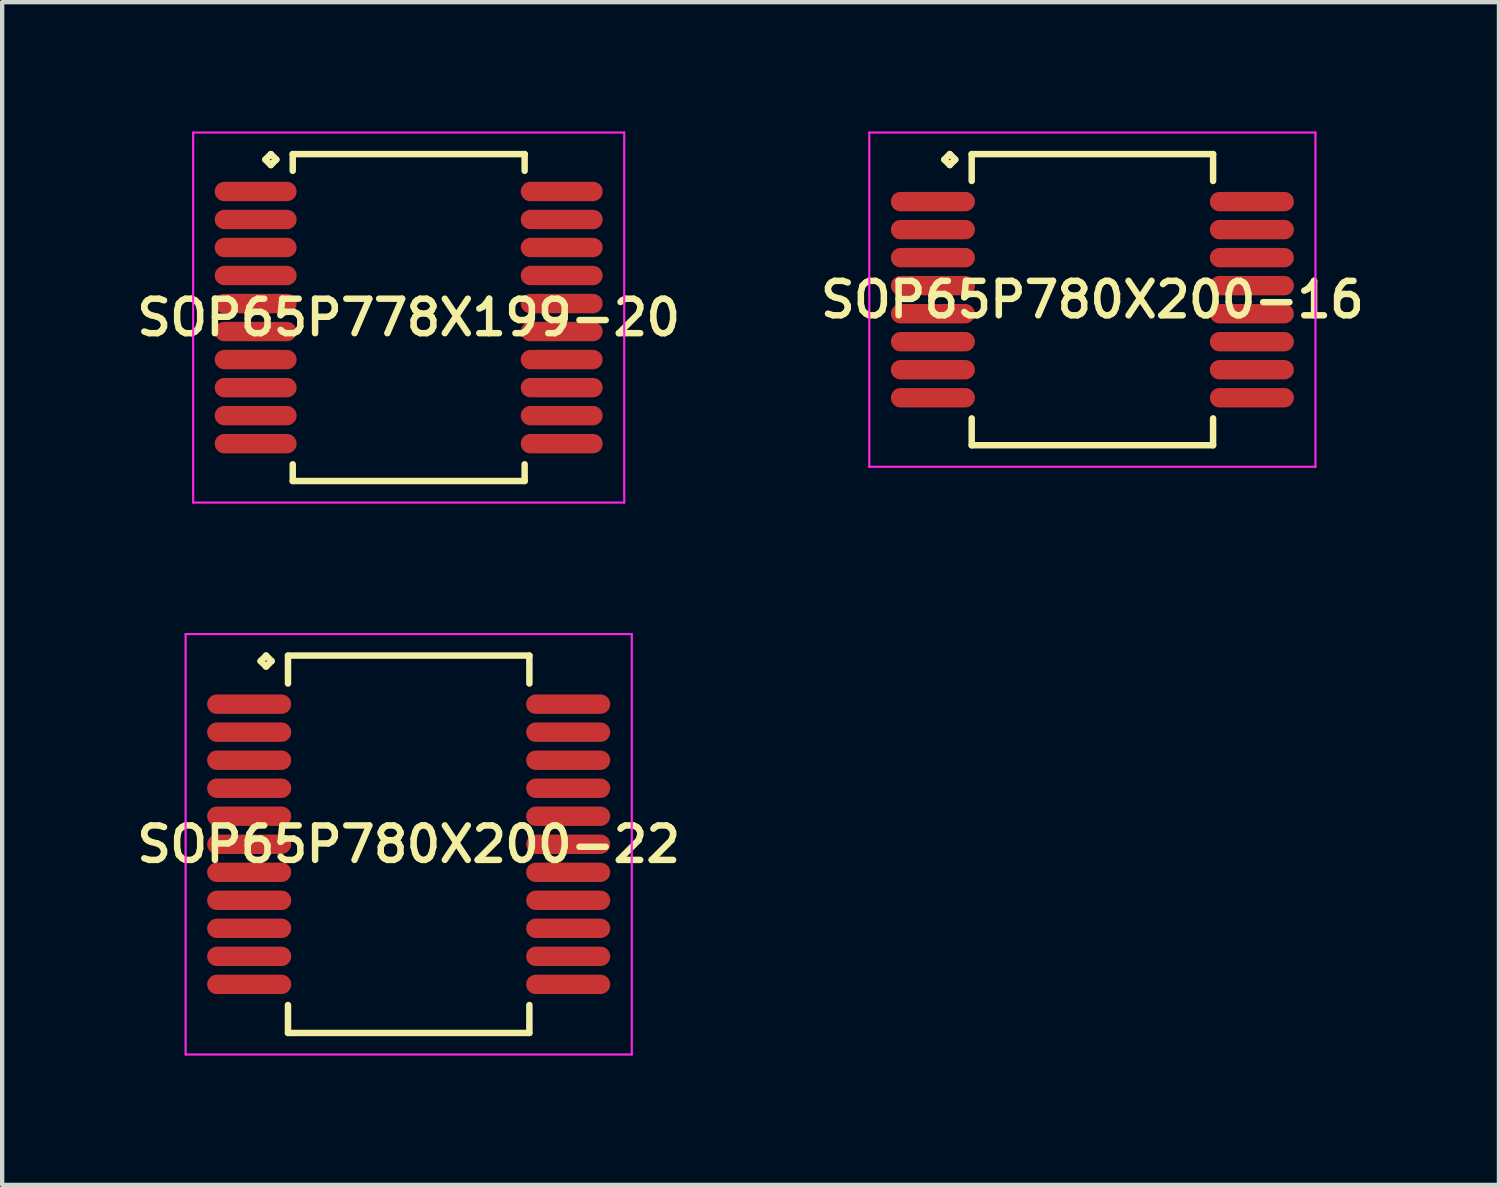
<source format=kicad_pcb>
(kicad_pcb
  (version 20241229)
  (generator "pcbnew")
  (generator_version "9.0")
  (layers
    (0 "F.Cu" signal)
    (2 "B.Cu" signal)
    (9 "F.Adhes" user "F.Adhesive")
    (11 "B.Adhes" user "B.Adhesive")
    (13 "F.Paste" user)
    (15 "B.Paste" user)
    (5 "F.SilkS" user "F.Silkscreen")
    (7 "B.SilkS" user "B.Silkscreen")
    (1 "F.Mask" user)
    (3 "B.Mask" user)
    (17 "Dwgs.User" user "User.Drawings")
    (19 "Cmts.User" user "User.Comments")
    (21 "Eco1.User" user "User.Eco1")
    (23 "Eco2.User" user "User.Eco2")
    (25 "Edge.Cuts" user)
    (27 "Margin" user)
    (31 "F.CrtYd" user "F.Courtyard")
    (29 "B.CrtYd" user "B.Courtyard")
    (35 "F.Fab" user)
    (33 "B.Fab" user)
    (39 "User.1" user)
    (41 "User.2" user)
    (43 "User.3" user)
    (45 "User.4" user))
  (footprint "SOP65P780X200-22"
    (layer "F.Cu")
    (at 6.431 16.536)
    (property "Reference" "SOP65P780X200-22" (at 0 0 0) (layer "F.SilkS") (effects (font (size 0.8 0.8) (thickness 0.15))))
    (attr smd)
    (fp_line (start -3.435 -4.25) (end -3.308 -4.377) (stroke (width 0.15) (type solid)) (layer "F.SilkS"))
    (fp_line (start -3.308 -4.377) (end -3.181 -4.25) (stroke (width 0.15) (type solid)) (layer "F.SilkS"))
    (fp_line (start -3.308 -4.123) (end -3.435 -4.25) (stroke (width 0.15) (type solid)) (layer "F.SilkS"))
    (fp_line (start -3.181 -4.25) (end -3.308 -4.123) (stroke (width 0.15) (type solid)) (layer "F.SilkS"))
    (fp_line (start -2.8 -4.377) (end 2.8 -4.377) (stroke (width 0.15) (type solid)) (layer "F.SilkS"))
    (fp_line (start -2.8 -3.729) (end -2.8 -4.377) (stroke (width 0.15) (type solid)) (layer "F.SilkS"))
    (fp_line (start -2.8 3.729) (end -2.8 4.377) (stroke (width 0.15) (type solid)) (layer "F.SilkS"))
    (fp_line (start -2.8 4.377) (end 2.8 4.377) (stroke (width 0.15) (type solid)) (layer "F.SilkS"))
    (fp_line (start 2.8 -4.377) (end 2.8 -3.729) (stroke (width 0.15) (type solid)) (layer "F.SilkS"))
    (fp_line (start 2.8 4.377) (end 2.8 3.729) (stroke (width 0.15) (type solid)) (layer "F.SilkS"))
    (fp_line (start -5.175 -4.877) (end 5.175 -4.877) (stroke (width 0.05) (type solid)) (layer "F.CrtYd"))
    (fp_line (start -5.175 4.877) (end -5.175 -4.877) (stroke (width 0.05) (type solid)) (layer "F.CrtYd"))
    (fp_line (start 5.175 -4.877) (end 5.175 4.877) (stroke (width 0.05) (type solid)) (layer "F.CrtYd"))
    (fp_line (start 5.175 4.877) (end -5.175 4.877) (stroke (width 0.05) (type solid)) (layer "F.CrtYd"))
    (pad "1" smd oval (at -3.7 -3.25) (size 1.95 0.45) (layers "F.Cu" "F.Mask" "F.Paste"))
    (pad "2" smd oval (at -3.7 -2.6) (size 1.95 0.45) (layers "F.Cu" "F.Mask" "F.Paste"))
    (pad "3" smd oval (at -3.7 -1.95) (size 1.95 0.45) (layers "F.Cu" "F.Mask" "F.Paste"))
    (pad "4" smd oval (at -3.7 -1.3) (size 1.95 0.45) (layers "F.Cu" "F.Mask" "F.Paste"))
    (pad "5" smd oval (at -3.7 -0.65) (size 1.95 0.45) (layers "F.Cu" "F.Mask" "F.Paste"))
    (pad "6" smd oval (at -3.7 0) (size 1.95 0.45) (layers "F.Cu" "F.Mask" "F.Paste"))
    (pad "7" smd oval (at -3.7 0.65) (size 1.95 0.45) (layers "F.Cu" "F.Mask" "F.Paste"))
    (pad "8" smd oval (at -3.7 1.3) (size 1.95 0.45) (layers "F.Cu" "F.Mask" "F.Paste"))
    (pad "9" smd oval (at -3.7 1.95) (size 1.95 0.45) (layers "F.Cu" "F.Mask" "F.Paste"))
    (pad "10" smd oval (at -3.7 2.6) (size 1.95 0.45) (layers "F.Cu" "F.Mask" "F.Paste"))
    (pad "11" smd oval (at -3.7 3.25) (size 1.95 0.45) (layers "F.Cu" "F.Mask" "F.Paste"))
    (pad "12" smd oval (at 3.7 3.25) (size 1.95 0.45) (layers "F.Cu" "F.Mask" "F.Paste"))
    (pad "13" smd oval (at 3.7 2.6) (size 1.95 0.45) (layers "F.Cu" "F.Mask" "F.Paste"))
    (pad "14" smd oval (at 3.7 1.95) (size 1.95 0.45) (layers "F.Cu" "F.Mask" "F.Paste"))
    (pad "15" smd oval (at 3.7 1.3) (size 1.95 0.45) (layers "F.Cu" "F.Mask" "F.Paste"))
    (pad "16" smd oval (at 3.7 0.65) (size 1.95 0.45) (layers "F.Cu" "F.Mask" "F.Paste"))
    (pad "17" smd oval (at 3.7 0) (size 1.95 0.45) (layers "F.Cu" "F.Mask" "F.Paste"))
    (pad "18" smd oval (at 3.7 -0.65) (size 1.95 0.45) (layers "F.Cu" "F.Mask" "F.Paste"))
    (pad "19" smd oval (at 3.7 -1.3) (size 1.95 0.45) (layers "F.Cu" "F.Mask" "F.Paste"))
    (pad "20" smd oval (at 3.7 -1.95) (size 1.95 0.45) (layers "F.Cu" "F.Mask" "F.Paste"))
    (pad "21" smd oval (at 3.7 -2.6) (size 1.95 0.45) (layers "F.Cu" "F.Mask" "F.Paste"))
    (pad "22" smd oval (at 3.7 -3.25) (size 1.95 0.45) (layers "F.Cu" "F.Mask" "F.Paste")))
  (footprint "SOP65P778X199-20"
    (layer "F.Cu")
    (at 6.431 4.317)
    (property "Reference" "SOP65P778X199-20" (at 0 0 0) (layer "F.SilkS") (effects (font (size 0.8 0.8) (thickness 0.15))))
    (attr smd)
    (fp_line (start -3.325 -3.665) (end -3.198 -3.792) (stroke (width 0.15) (type solid)) (layer "F.SilkS"))
    (fp_line (start -3.198 -3.792) (end -3.071 -3.665) (stroke (width 0.15) (type solid)) (layer "F.SilkS"))
    (fp_line (start -3.198 -3.538) (end -3.325 -3.665) (stroke (width 0.15) (type solid)) (layer "F.SilkS"))
    (fp_line (start -3.071 -3.665) (end -3.198 -3.538) (stroke (width 0.15) (type solid)) (layer "F.SilkS"))
    (fp_line (start -2.69 -3.792) (end 2.69 -3.792) (stroke (width 0.15) (type solid)) (layer "F.SilkS"))
    (fp_line (start -2.69 -3.404) (end -2.69 -3.792) (stroke (width 0.15) (type solid)) (layer "F.SilkS"))
    (fp_line (start -2.69 3.404) (end -2.69 3.792) (stroke (width 0.15) (type solid)) (layer "F.SilkS"))
    (fp_line (start -2.69 3.792) (end 2.69 3.792) (stroke (width 0.15) (type solid)) (layer "F.SilkS"))
    (fp_line (start 2.69 -3.792) (end 2.69 -3.404) (stroke (width 0.15) (type solid)) (layer "F.SilkS"))
    (fp_line (start 2.69 3.792) (end 2.69 3.404) (stroke (width 0.15) (type solid)) (layer "F.SilkS"))
    (fp_line (start -5 -4.292) (end 5 -4.292) (stroke (width 0.05) (type solid)) (layer "F.CrtYd"))
    (fp_line (start -5 4.292) (end -5 -4.292) (stroke (width 0.05) (type solid)) (layer "F.CrtYd"))
    (fp_line (start 5 -4.292) (end 5 4.292) (stroke (width 0.05) (type solid)) (layer "F.CrtYd"))
    (fp_line (start 5 4.292) (end -5 4.292) (stroke (width 0.05) (type solid)) (layer "F.CrtYd"))
    (pad "1" smd oval (at -3.55 -2.925) (size 1.9 0.45) (layers "F.Cu" "F.Mask" "F.Paste"))
    (pad "2" smd oval (at -3.55 -2.275) (size 1.9 0.45) (layers "F.Cu" "F.Mask" "F.Paste"))
    (pad "3" smd oval (at -3.55 -1.625) (size 1.9 0.45) (layers "F.Cu" "F.Mask" "F.Paste"))
    (pad "4" smd oval (at -3.55 -0.975) (size 1.9 0.45) (layers "F.Cu" "F.Mask" "F.Paste"))
    (pad "5" smd oval (at -3.55 -0.325) (size 1.9 0.45) (layers "F.Cu" "F.Mask" "F.Paste"))
    (pad "6" smd oval (at -3.55 0.325) (size 1.9 0.45) (layers "F.Cu" "F.Mask" "F.Paste"))
    (pad "7" smd oval (at -3.55 0.975) (size 1.9 0.45) (layers "F.Cu" "F.Mask" "F.Paste"))
    (pad "8" smd oval (at -3.55 1.625) (size 1.9 0.45) (layers "F.Cu" "F.Mask" "F.Paste"))
    (pad "9" smd oval (at -3.55 2.275) (size 1.9 0.45) (layers "F.Cu" "F.Mask" "F.Paste"))
    (pad "10" smd oval (at -3.55 2.925) (size 1.9 0.45) (layers "F.Cu" "F.Mask" "F.Paste"))
    (pad "11" smd oval (at 3.55 2.925) (size 1.9 0.45) (layers "F.Cu" "F.Mask" "F.Paste"))
    (pad "12" smd oval (at 3.55 2.275) (size 1.9 0.45) (layers "F.Cu" "F.Mask" "F.Paste"))
    (pad "13" smd oval (at 3.55 1.625) (size 1.9 0.45) (layers "F.Cu" "F.Mask" "F.Paste"))
    (pad "14" smd oval (at 3.55 0.975) (size 1.9 0.45) (layers "F.Cu" "F.Mask" "F.Paste"))
    (pad "15" smd oval (at 3.55 0.325) (size 1.9 0.45) (layers "F.Cu" "F.Mask" "F.Paste"))
    (pad "16" smd oval (at 3.55 -0.325) (size 1.9 0.45) (layers "F.Cu" "F.Mask" "F.Paste"))
    (pad "17" smd oval (at 3.55 -0.975) (size 1.9 0.45) (layers "F.Cu" "F.Mask" "F.Paste"))
    (pad "18" smd oval (at 3.55 -1.625) (size 1.9 0.45) (layers "F.Cu" "F.Mask" "F.Paste"))
    (pad "19" smd oval (at 3.55 -2.275) (size 1.9 0.45) (layers "F.Cu" "F.Mask" "F.Paste"))
    (pad "20" smd oval (at 3.55 -2.925) (size 1.9 0.45) (layers "F.Cu" "F.Mask" "F.Paste")))
  (footprint "SOP65P780X200-16"
    (layer "F.Cu")
    (at 22.292 3.902)
    (property "Reference" "SOP65P780X200-16" (at 0 0 0) (layer "F.SilkS") (effects (font (size 0.8 0.8) (thickness 0.15))))
    (attr smd)
    (fp_line (start -3.435 -3.25) (end -3.308 -3.377) (stroke (width 0.15) (type solid)) (layer "F.SilkS"))
    (fp_line (start -3.308 -3.377) (end -3.181 -3.25) (stroke (width 0.15) (type solid)) (layer "F.SilkS"))
    (fp_line (start -3.308 -3.123) (end -3.435 -3.25) (stroke (width 0.15) (type solid)) (layer "F.SilkS"))
    (fp_line (start -3.181 -3.25) (end -3.308 -3.123) (stroke (width 0.15) (type solid)) (layer "F.SilkS"))
    (fp_line (start -2.8 -3.377) (end 2.8 -3.377) (stroke (width 0.15) (type solid)) (layer "F.SilkS"))
    (fp_line (start -2.8 -2.754) (end -2.8 -3.377) (stroke (width 0.15) (type solid)) (layer "F.SilkS"))
    (fp_line (start -2.8 2.754) (end -2.8 3.377) (stroke (width 0.15) (type solid)) (layer "F.SilkS"))
    (fp_line (start -2.8 3.377) (end 2.8 3.377) (stroke (width 0.15) (type solid)) (layer "F.SilkS"))
    (fp_line (start 2.8 -3.377) (end 2.8 -2.754) (stroke (width 0.15) (type solid)) (layer "F.SilkS"))
    (fp_line (start 2.8 3.377) (end 2.8 2.754) (stroke (width 0.15) (type solid)) (layer "F.SilkS"))
    (fp_line (start -5.175 -3.877) (end 5.175 -3.877) (stroke (width 0.05) (type solid)) (layer "F.CrtYd"))
    (fp_line (start -5.175 3.877) (end -5.175 -3.877) (stroke (width 0.05) (type solid)) (layer "F.CrtYd"))
    (fp_line (start 5.175 -3.877) (end 5.175 3.877) (stroke (width 0.05) (type solid)) (layer "F.CrtYd"))
    (fp_line (start 5.175 3.877) (end -5.175 3.877) (stroke (width 0.05) (type solid)) (layer "F.CrtYd"))
    (pad "1" smd oval (at -3.7 -2.275) (size 1.95 0.45) (layers "F.Cu" "F.Mask" "F.Paste"))
    (pad "2" smd oval (at -3.7 -1.625) (size 1.95 0.45) (layers "F.Cu" "F.Mask" "F.Paste"))
    (pad "3" smd oval (at -3.7 -0.975) (size 1.95 0.45) (layers "F.Cu" "F.Mask" "F.Paste"))
    (pad "4" smd oval (at -3.7 -0.325) (size 1.95 0.45) (layers "F.Cu" "F.Mask" "F.Paste"))
    (pad "5" smd oval (at -3.7 0.325) (size 1.95 0.45) (layers "F.Cu" "F.Mask" "F.Paste"))
    (pad "6" smd oval (at -3.7 0.975) (size 1.95 0.45) (layers "F.Cu" "F.Mask" "F.Paste"))
    (pad "7" smd oval (at -3.7 1.625) (size 1.95 0.45) (layers "F.Cu" "F.Mask" "F.Paste"))
    (pad "8" smd oval (at -3.7 2.275) (size 1.95 0.45) (layers "F.Cu" "F.Mask" "F.Paste"))
    (pad "9" smd oval (at 3.7 2.275) (size 1.95 0.45) (layers "F.Cu" "F.Mask" "F.Paste"))
    (pad "10" smd oval (at 3.7 1.625) (size 1.95 0.45) (layers "F.Cu" "F.Mask" "F.Paste"))
    (pad "11" smd oval (at 3.7 0.975) (size 1.95 0.45) (layers "F.Cu" "F.Mask" "F.Paste"))
    (pad "12" smd oval (at 3.7 0.325) (size 1.95 0.45) (layers "F.Cu" "F.Mask" "F.Paste"))
    (pad "13" smd oval (at 3.7 -0.325) (size 1.95 0.45) (layers "F.Cu" "F.Mask" "F.Paste"))
    (pad "14" smd oval (at 3.7 -0.975) (size 1.95 0.45) (layers "F.Cu" "F.Mask" "F.Paste"))
    (pad "15" smd oval (at 3.7 -1.625) (size 1.95 0.45) (layers "F.Cu" "F.Mask" "F.Paste"))
    (pad "16" smd oval (at 3.7 -2.275) (size 1.95 0.45) (layers "F.Cu" "F.Mask" "F.Paste")))
  (gr_rect
    (start -3 -3)
    (end 31.723 24.438)
    (stroke (width 0.1) (type default))
    (fill no)
    (layer "Edge.Cuts")))
</source>
